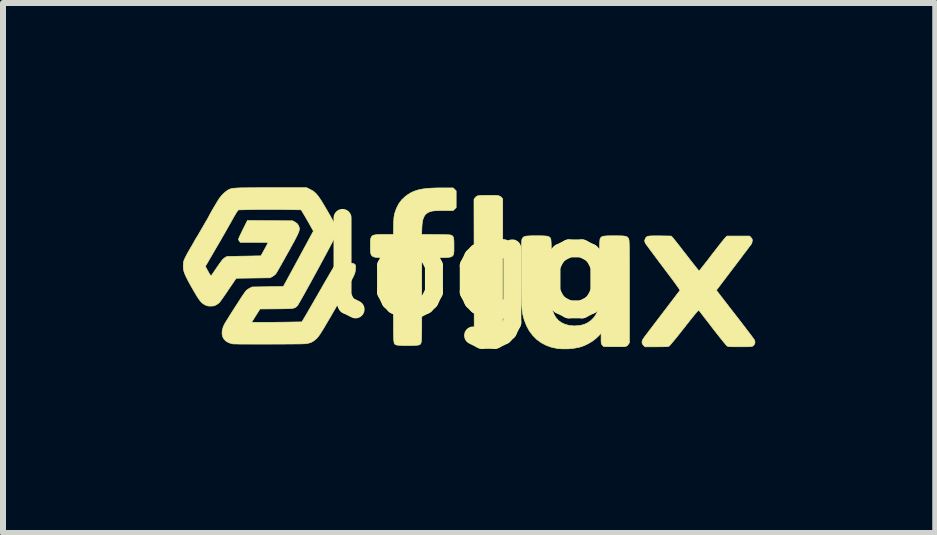
<source format=kicad_pcb>
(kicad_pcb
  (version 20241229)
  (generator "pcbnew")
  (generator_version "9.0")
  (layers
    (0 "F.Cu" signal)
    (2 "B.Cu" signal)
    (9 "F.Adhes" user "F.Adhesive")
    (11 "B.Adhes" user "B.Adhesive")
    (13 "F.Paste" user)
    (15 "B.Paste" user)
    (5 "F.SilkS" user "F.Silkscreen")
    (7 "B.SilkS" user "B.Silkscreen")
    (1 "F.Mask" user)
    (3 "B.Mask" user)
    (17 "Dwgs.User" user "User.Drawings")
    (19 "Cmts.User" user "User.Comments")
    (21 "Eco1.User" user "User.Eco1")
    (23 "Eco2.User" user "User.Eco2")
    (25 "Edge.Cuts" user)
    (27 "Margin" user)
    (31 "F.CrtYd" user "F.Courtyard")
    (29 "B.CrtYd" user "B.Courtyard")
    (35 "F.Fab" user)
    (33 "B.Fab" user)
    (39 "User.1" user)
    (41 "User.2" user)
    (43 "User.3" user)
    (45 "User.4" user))
  (footprint "logo"
    (layer "F.Cu")
    (at 4.765 1.418)
    (property "Reference" "logo" (at 0 0 0) (layer "F.SilkS") (effects (font (size 1.524 1.524) (thickness 0.3))))
    (attr through_hole)
    (fp_poly (pts (xy 0.406 -1.211) (xy 0.446 -1.21) (xy 0.477 -1.208) (xy 0.498 -1.205) (xy 0.502 -1.204) (xy 0.525 -1.194) (xy 0.546 -1.177) (xy 0.547 -1.175) (xy 0.566 -1.153) (xy 0.566 0.048) (xy 0.566 0.205) (xy 0.566 0.348) (xy 0.566 0.478) (xy 0.566 0.595) (xy 0.566 0.7) (xy 0.566 0.795) (xy 0.566 0.878) (xy 0.565 0.951) (xy 0.565 1.016) (xy 0.564 1.071) (xy 0.563 1.119) (xy 0.562 1.159) (xy 0.561 1.192) (xy 0.559 1.22) (xy 0.557 1.241) (xy 0.555 1.259) (xy 0.552 1.272) (xy 0.549 1.281) (xy 0.546 1.288) (xy 0.542 1.293) (xy 0.538 1.296) (xy 0.534 1.298) (xy 0.529 1.3) (xy 0.524 1.302) (xy 0.523 1.303) (xy 0.513 1.306) (xy 0.499 1.309) (xy 0.479 1.311) (xy 0.451 1.312) (xy 0.414 1.313) (xy 0.364 1.313) (xy 0.329 1.313) (xy 0.279 1.313) (xy 0.234 1.312) (xy 0.196 1.311) (xy 0.166 1.309) (xy 0.147 1.308) (xy 0.142 1.307) (xy 0.127 1.297) (xy 0.11 1.283) (xy 0.109 1.281) (xy 0.091 1.262) (xy 0.089 0.059) (xy 0.087 -1.144) (xy 0.104 -1.169) (xy 0.122 -1.189) (xy 0.145 -1.202) (xy 0.145 -1.202) (xy 0.161 -1.205) (xy 0.189 -1.208) (xy 0.226 -1.21) (xy 0.269 -1.211) (xy 0.315 -1.211) (xy 0.362 -1.211) (xy 0.406 -1.211)) (stroke (width 0.01) (type solid)) (fill yes) (layer "F.SilkS"))
    (fp_poly (pts (xy -0.235 -1.311) (xy -0.21 -1.286) (xy -0.21 -1.007) (xy -0.235 -0.983) (xy -0.26 -0.958) (xy -0.412 -0.958) (xy -0.476 -0.958) (xy -0.528 -0.956) (xy -0.57 -0.954) (xy -0.603 -0.95) (xy -0.631 -0.944) (xy -0.654 -0.936) (xy -0.675 -0.927) (xy -0.707 -0.906) (xy -0.734 -0.878) (xy -0.753 -0.842) (xy -0.768 -0.797) (xy -0.777 -0.741) (xy -0.782 -0.672) (xy -0.782 -0.666) (xy -0.786 -0.56) (xy -0.543 -0.557) (xy -0.477 -0.557) (xy -0.423 -0.556) (xy -0.381 -0.555) (xy -0.349 -0.554) (xy -0.325 -0.553) (xy -0.308 -0.551) (xy -0.296 -0.548) (xy -0.288 -0.545) (xy -0.282 -0.542) (xy -0.27 -0.533) (xy -0.261 -0.522) (xy -0.255 -0.506) (xy -0.251 -0.485) (xy -0.248 -0.455) (xy -0.247 -0.416) (xy -0.247 -0.366) (xy -0.247 -0.319) (xy -0.247 -0.28) (xy -0.25 -0.249) (xy -0.255 -0.225) (xy -0.265 -0.207) (xy -0.281 -0.193) (xy -0.304 -0.184) (xy -0.335 -0.178) (xy -0.376 -0.175) (xy -0.428 -0.174) (xy -0.492 -0.174) (xy -0.551 -0.174) (xy -0.784 -0.174) (xy -0.784 0.527) (xy -0.784 0.646) (xy -0.784 0.751) (xy -0.784 0.844) (xy -0.784 0.925) (xy -0.784 0.994) (xy -0.785 1.054) (xy -0.786 1.104) (xy -0.787 1.145) (xy -0.788 1.179) (xy -0.79 1.206) (xy -0.792 1.227) (xy -0.795 1.243) (xy -0.798 1.255) (xy -0.802 1.263) (xy -0.807 1.269) (xy -0.812 1.273) (xy -0.818 1.276) (xy -0.825 1.28) (xy -0.827 1.281) (xy -0.842 1.285) (xy -0.869 1.288) (xy -0.905 1.29) (xy -0.947 1.292) (xy -0.994 1.292) (xy -1.042 1.292) (xy -1.089 1.292) (xy -1.132 1.29) (xy -1.168 1.288) (xy -1.196 1.285) (xy -1.212 1.281) (xy -1.213 1.281) (xy -1.22 1.277) (xy -1.226 1.274) (xy -1.231 1.271) (xy -1.236 1.266) (xy -1.24 1.259) (xy -1.244 1.249) (xy -1.246 1.235) (xy -1.249 1.216) (xy -1.251 1.192) (xy -1.252 1.162) (xy -1.253 1.124) (xy -1.254 1.078) (xy -1.255 1.023) (xy -1.255 0.958) (xy -1.255 0.882) (xy -1.256 0.795) (xy -1.256 0.695) (xy -1.255 0.582) (xy -1.255 0.53) (xy -1.255 -0.174) (xy -1.41 -0.174) (xy -1.474 -0.174) (xy -1.524 -0.176) (xy -1.564 -0.18) (xy -1.593 -0.189) (xy -1.613 -0.202) (xy -1.627 -0.222) (xy -1.635 -0.249) (xy -1.639 -0.286) (xy -1.64 -0.332) (xy -1.64 -0.37) (xy -1.64 -0.422) (xy -1.638 -0.464) (xy -1.633 -0.496) (xy -1.623 -0.52) (xy -1.608 -0.537) (xy -1.584 -0.548) (xy -1.552 -0.554) (xy -1.51 -0.558) (xy -1.455 -0.559) (xy -1.409 -0.559) (xy -1.257 -0.559) (xy -1.254 -0.706) (xy -1.252 -0.761) (xy -1.25 -0.804) (xy -1.248 -0.838) (xy -1.244 -0.866) (xy -1.239 -0.891) (xy -1.235 -0.911) (xy -1.205 -0.996) (xy -1.166 -1.072) (xy -1.117 -1.137) (xy -1.058 -1.193) (xy -1.015 -1.224) (xy -0.969 -1.252) (xy -0.922 -1.275) (xy -0.872 -1.293) (xy -0.818 -1.308) (xy -0.757 -1.319) (xy -0.689 -1.327) (xy -0.611 -1.332) (xy -0.521 -1.335) (xy -0.455 -1.335) (xy -0.26 -1.335) (xy -0.235 -1.311)) (stroke (width 0.01) (type solid)) (fill yes) (layer "F.SilkS"))
    (fp_poly (pts (xy 1.189 -0.537) (xy 1.238 -0.536) (xy 1.275 -0.534) (xy 1.303 -0.531) (xy 1.324 -0.526) (xy 1.339 -0.52) (xy 1.35 -0.511) (xy 1.36 -0.5) (xy 1.362 -0.496) (xy 1.364 -0.492) (xy 1.367 -0.486) (xy 1.368 -0.478) (xy 1.37 -0.466) (xy 1.371 -0.45) (xy 1.373 -0.429) (xy 1.374 -0.401) (xy 1.375 -0.367) (xy 1.375 -0.323) (xy 1.376 -0.271) (xy 1.377 -0.208) (xy 1.377 -0.134) (xy 1.378 -0.048) (xy 1.379 0.051) (xy 1.379 0.094) (xy 1.383 0.664) (xy 1.402 0.722) (xy 1.424 0.778) (xy 1.45 0.823) (xy 1.483 0.862) (xy 1.498 0.877) (xy 1.548 0.913) (xy 1.608 0.94) (xy 1.677 0.958) (xy 1.753 0.965) (xy 1.767 0.965) (xy 1.847 0.959) (xy 1.918 0.943) (xy 1.981 0.914) (xy 2.038 0.874) (xy 2.052 0.861) (xy 2.092 0.818) (xy 2.122 0.772) (xy 2.147 0.72) (xy 2.156 0.693) (xy 2.173 0.642) (xy 2.177 0.083) (xy 2.178 -0.02) (xy 2.178 -0.111) (xy 2.179 -0.188) (xy 2.18 -0.254) (xy 2.18 -0.309) (xy 2.181 -0.355) (xy 2.182 -0.392) (xy 2.183 -0.422) (xy 2.184 -0.445) (xy 2.186 -0.462) (xy 2.187 -0.475) (xy 2.189 -0.484) (xy 2.191 -0.491) (xy 2.193 -0.495) (xy 2.194 -0.496) (xy 2.203 -0.508) (xy 2.213 -0.518) (xy 2.227 -0.525) (xy 2.246 -0.53) (xy 2.272 -0.533) (xy 2.306 -0.536) (xy 2.351 -0.537) (xy 2.408 -0.537) (xy 2.429 -0.537) (xy 2.49 -0.537) (xy 2.539 -0.536) (xy 2.577 -0.534) (xy 2.605 -0.53) (xy 2.626 -0.525) (xy 2.641 -0.518) (xy 2.652 -0.508) (xy 2.661 -0.495) (xy 2.665 -0.486) (xy 2.667 -0.482) (xy 2.669 -0.476) (xy 2.67 -0.468) (xy 2.672 -0.456) (xy 2.673 -0.441) (xy 2.674 -0.422) (xy 2.675 -0.396) (xy 2.676 -0.365) (xy 2.676 -0.327) (xy 2.677 -0.281) (xy 2.677 -0.226) (xy 2.677 -0.162) (xy 2.678 -0.088) (xy 2.678 -0.003) (xy 2.678 0.094) (xy 2.678 0.203) (xy 2.678 0.326) (xy 2.678 0.393) (xy 2.678 1.246) (xy 2.661 1.271) (xy 2.652 1.283) (xy 2.643 1.293) (xy 2.632 1.301) (xy 2.617 1.306) (xy 2.597 1.31) (xy 2.569 1.312) (xy 2.532 1.312) (xy 2.484 1.312) (xy 2.429 1.312) (xy 2.249 1.31) (xy 2.227 1.286) (xy 2.218 1.276) (xy 2.213 1.266) (xy 2.209 1.254) (xy 2.207 1.236) (xy 2.206 1.21) (xy 2.206 1.174) (xy 2.206 1.085) (xy 2.173 1.123) (xy 2.123 1.172) (xy 2.062 1.219) (xy 1.994 1.26) (xy 1.924 1.294) (xy 1.854 1.318) (xy 1.847 1.32) (xy 1.755 1.338) (xy 1.657 1.348) (xy 1.558 1.348) (xy 1.48 1.342) (xy 1.383 1.322) (xy 1.292 1.29) (xy 1.209 1.246) (xy 1.133 1.191) (xy 1.067 1.124) (xy 1.009 1.048) (xy 0.962 0.961) (xy 0.925 0.865) (xy 0.911 0.817) (xy 0.905 0.793) (xy 0.9 0.769) (xy 0.895 0.743) (xy 0.892 0.716) (xy 0.888 0.684) (xy 0.886 0.649) (xy 0.884 0.608) (xy 0.882 0.56) (xy 0.881 0.505) (xy 0.88 0.44) (xy 0.879 0.366) (xy 0.878 0.28) (xy 0.878 0.182) (xy 0.878 0.071) (xy 0.878 0.062) (xy 0.878 -0.038) (xy 0.878 -0.125) (xy 0.878 -0.2) (xy 0.879 -0.263) (xy 0.879 -0.315) (xy 0.879 -0.359) (xy 0.88 -0.393) (xy 0.881 -0.421) (xy 0.882 -0.442) (xy 0.883 -0.458) (xy 0.885 -0.47) (xy 0.887 -0.478) (xy 0.889 -0.485) (xy 0.891 -0.49) (xy 0.893 -0.492) (xy 0.902 -0.505) (xy 0.912 -0.516) (xy 0.926 -0.523) (xy 0.944 -0.529) (xy 0.969 -0.533) (xy 1.002 -0.535) (xy 1.046 -0.537) (xy 1.101 -0.537) (xy 1.128 -0.537) (xy 1.189 -0.537)) (stroke (width 0.01) (type solid)) (fill yes) (layer "F.SilkS"))
    (fp_poly (pts (xy 3.189 -0.536) (xy 3.373 -0.533) (xy 3.393 -0.515) (xy 3.401 -0.506) (xy 3.417 -0.486) (xy 3.44 -0.458) (xy 3.469 -0.421) (xy 3.503 -0.378) (xy 3.541 -0.329) (xy 3.582 -0.276) (xy 3.624 -0.223) (xy 3.666 -0.168) (xy 3.706 -0.117) (xy 3.742 -0.071) (xy 3.774 -0.03) (xy 3.801 0.003) (xy 3.821 0.028) (xy 3.835 0.044) (xy 3.84 0.049) (xy 3.84 0.049) (xy 3.846 0.043) (xy 3.859 0.027) (xy 3.879 0.001) (xy 3.906 -0.032) (xy 3.937 -0.073) (xy 3.974 -0.119) (xy 4.013 -0.17) (xy 4.049 -0.218) (xy 4.092 -0.273) (xy 4.133 -0.325) (xy 4.17 -0.373) (xy 4.204 -0.416) (xy 4.233 -0.453) (xy 4.256 -0.481) (xy 4.272 -0.5) (xy 4.279 -0.508) (xy 4.304 -0.533) (xy 4.681 -0.533) (xy 4.704 -0.51) (xy 4.72 -0.491) (xy 4.726 -0.474) (xy 4.727 -0.454) (xy 4.72 -0.417) (xy 4.71 -0.398) (xy 4.702 -0.388) (xy 4.687 -0.368) (xy 4.665 -0.338) (xy 4.636 -0.299) (xy 4.601 -0.254) (xy 4.562 -0.202) (xy 4.519 -0.144) (xy 4.472 -0.083) (xy 4.423 -0.018) (xy 4.41 -0.001) (xy 4.128 0.371) (xy 4.168 0.423) (xy 4.18 0.438) (xy 4.199 0.464) (xy 4.226 0.498) (xy 4.259 0.541) (xy 4.297 0.59) (xy 4.339 0.645) (xy 4.385 0.704) (xy 4.433 0.766) (xy 4.481 0.827) (xy 4.53 0.89) (xy 4.576 0.951) (xy 4.619 1.007) (xy 4.658 1.059) (xy 4.693 1.104) (xy 4.721 1.142) (xy 4.743 1.172) (xy 4.758 1.193) (xy 4.765 1.204) (xy 4.765 1.204) (xy 4.772 1.234) (xy 4.767 1.264) (xy 4.749 1.29) (xy 4.737 1.299) (xy 4.729 1.304) (xy 4.719 1.307) (xy 4.707 1.309) (xy 4.689 1.311) (xy 4.665 1.312) (xy 4.632 1.313) (xy 4.588 1.313) (xy 4.532 1.313) (xy 4.521 1.313) (xy 4.463 1.313) (xy 4.417 1.313) (xy 4.382 1.312) (xy 4.356 1.311) (xy 4.337 1.31) (xy 4.324 1.307) (xy 4.315 1.304) (xy 4.307 1.3) (xy 4.307 1.3) (xy 4.298 1.292) (xy 4.281 1.273) (xy 4.258 1.245) (xy 4.228 1.209) (xy 4.194 1.166) (xy 4.155 1.117) (xy 4.113 1.064) (xy 4.069 1.007) (xy 4.064 1.001) (xy 4.021 0.944) (xy 3.98 0.891) (xy 3.942 0.842) (xy 3.909 0.799) (xy 3.881 0.763) (xy 3.859 0.734) (xy 3.843 0.715) (xy 3.836 0.706) (xy 3.836 0.705) (xy 3.832 0.705) (xy 3.825 0.71) (xy 3.814 0.72) (xy 3.799 0.737) (xy 3.778 0.761) (xy 3.752 0.794) (xy 3.719 0.834) (xy 3.679 0.884) (xy 3.631 0.945) (xy 3.593 0.994) (xy 3.541 1.059) (xy 3.494 1.119) (xy 3.452 1.171) (xy 3.415 1.216) (xy 3.384 1.253) (xy 3.361 1.28) (xy 3.345 1.297) (xy 3.338 1.303) (xy 3.329 1.306) (xy 3.315 1.309) (xy 3.295 1.311) (xy 3.267 1.312) (xy 3.23 1.313) (xy 3.181 1.313) (xy 3.127 1.314) (xy 2.938 1.314) (xy 2.913 1.289) (xy 2.897 1.27) (xy 2.89 1.251) (xy 2.888 1.235) (xy 2.89 1.221) (xy 2.894 1.206) (xy 2.903 1.189) (xy 2.919 1.165) (xy 2.941 1.134) (xy 2.952 1.12) (xy 2.971 1.095) (xy 2.996 1.062) (xy 3.027 1.021) (xy 3.063 0.974) (xy 3.102 0.922) (xy 3.145 0.866) (xy 3.189 0.808) (xy 3.234 0.749) (xy 3.279 0.69) (xy 3.323 0.632) (xy 3.365 0.577) (xy 3.404 0.526) (xy 3.439 0.48) (xy 3.469 0.44) (xy 3.494 0.408) (xy 3.511 0.386) (xy 3.521 0.373) (xy 3.521 0.373) (xy 3.518 0.365) (xy 3.506 0.346) (xy 3.485 0.316) (xy 3.456 0.275) (xy 3.418 0.222) (xy 3.371 0.159) (xy 3.315 0.085) (xy 3.251 -0.000272) (xy 3.243 -0.012) (xy 3.193 -0.077) (xy 3.146 -0.14) (xy 3.102 -0.199) (xy 3.062 -0.253) (xy 3.026 -0.301) (xy 2.996 -0.342) (xy 2.972 -0.374) (xy 2.955 -0.398) (xy 2.946 -0.411) (xy 2.945 -0.413) (xy 2.934 -0.44) (xy 2.933 -0.462) (xy 2.943 -0.488) (xy 2.943 -0.49) (xy 2.951 -0.504) (xy 2.959 -0.514) (xy 2.971 -0.523) (xy 2.987 -0.529) (xy 3.01 -0.533) (xy 3.041 -0.535) (xy 3.082 -0.536) (xy 3.134 -0.536) (xy 3.189 -0.536)) (stroke (width 0.01) (type solid)) (fill yes) (layer "F.SilkS"))
    (fp_poly (pts (xy -2.646 -1.311) (xy -2.621 -1.298) (xy -2.599 -1.285) (xy -2.578 -1.269) (xy -2.557 -1.251) (xy -2.536 -1.229) (xy -2.514 -1.202) (xy -2.49 -1.169) (xy -2.463 -1.129) (xy -2.433 -1.08) (xy -2.399 -1.023) (xy -2.359 -0.955) (xy -2.314 -0.877) (xy -2.292 -0.838) (xy -2.21 -0.693) (xy -2.21 -0.631) (xy -2.212 -0.583) (xy -2.22 -0.544) (xy -2.223 -0.533) (xy -2.23 -0.519) (xy -2.243 -0.493) (xy -2.261 -0.457) (xy -2.285 -0.412) (xy -2.313 -0.359) (xy -2.344 -0.3) (xy -2.379 -0.235) (xy -2.416 -0.166) (xy -2.455 -0.094) (xy -2.495 -0.019) (xy -2.536 0.056) (xy -2.578 0.132) (xy -2.618 0.206) (xy -2.657 0.277) (xy -2.695 0.345) (xy -2.73 0.409) (xy -2.762 0.466) (xy -2.791 0.517) (xy -2.815 0.559) (xy -2.834 0.592) (xy -2.848 0.615) (xy -2.855 0.627) (xy -2.856 0.628) (xy -2.869 0.64) (xy -2.88 0.65) (xy -2.893 0.658) (xy -2.907 0.665) (xy -2.925 0.67) (xy -2.948 0.674) (xy -2.977 0.676) (xy -3.015 0.678) (xy -3.062 0.679) (xy -3.121 0.68) (xy -3.192 0.681) (xy -3.208 0.681) (xy -3.48 0.683) (xy -3.55 0.793) (xy -3.62 0.904) (xy -3.507 0.906) (xy -3.474 0.906) (xy -3.429 0.906) (xy -3.374 0.906) (xy -3.311 0.906) (xy -3.244 0.905) (xy -3.173 0.904) (xy -3.103 0.903) (xy -3.087 0.903) (xy -2.782 0.898) (xy -2.721 0.796) (xy -2.706 0.77) (xy -2.684 0.733) (xy -2.658 0.687) (xy -2.626 0.632) (xy -2.591 0.572) (xy -2.554 0.507) (xy -2.514 0.438) (xy -2.474 0.368) (xy -2.452 0.33) (xy -2.414 0.263) (xy -2.377 0.199) (xy -2.342 0.14) (xy -2.311 0.086) (xy -2.283 0.039) (xy -2.26 0.001) (xy -2.242 -0.029) (xy -2.23 -0.048) (xy -2.226 -0.054) (xy -2.207 -0.076) (xy -2.067 -0.078) (xy -2.018 -0.079) (xy -1.982 -0.079) (xy -1.956 -0.079) (xy -1.938 -0.078) (xy -1.925 -0.075) (xy -1.916 -0.072) (xy -1.908 -0.067) (xy -1.906 -0.064) (xy -1.895 -0.056) (xy -1.89 -0.047) (xy -1.887 -0.035) (xy -1.887 -0.015) (xy -1.889 0.01) (xy -1.89 0.026) (xy -1.891 0.04) (xy -1.893 0.054) (xy -1.895 0.067) (xy -1.899 0.082) (xy -1.905 0.098) (xy -1.913 0.117) (xy -1.923 0.14) (xy -1.937 0.168) (xy -1.955 0.201) (xy -1.976 0.24) (xy -2.002 0.287) (xy -2.034 0.341) (xy -2.07 0.405) (xy -2.113 0.479) (xy -2.162 0.564) (xy -2.213 0.653) (xy -2.266 0.745) (xy -2.312 0.825) (xy -2.353 0.894) (xy -2.388 0.953) (xy -2.417 1.003) (xy -2.443 1.044) (xy -2.465 1.079) (xy -2.483 1.107) (xy -2.499 1.13) (xy -2.513 1.148) (xy -2.525 1.163) (xy -2.536 1.175) (xy -2.541 1.179) (xy -2.583 1.214) (xy -2.624 1.238) (xy -2.669 1.253) (xy -2.722 1.262) (xy -2.734 1.263) (xy -2.75 1.264) (xy -2.78 1.265) (xy -2.821 1.266) (xy -2.871 1.266) (xy -2.931 1.267) (xy -2.997 1.267) (xy -3.07 1.268) (xy -3.147 1.268) (xy -3.227 1.268) (xy -3.308 1.269) (xy -3.391 1.269) (xy -3.472 1.269) (xy -3.551 1.269) (xy -3.626 1.269) (xy -3.696 1.268) (xy -3.76 1.268) (xy -3.816 1.268) (xy -3.862 1.267) (xy -3.898 1.266) (xy -3.923 1.266) (xy -3.933 1.265) (xy -3.992 1.249) (xy -4.04 1.225) (xy -4.076 1.192) (xy -4.1 1.152) (xy -4.112 1.105) (xy -4.112 1.053) (xy -4.098 0.995) (xy -4.081 0.953) (xy -4.073 0.937) (xy -4.057 0.91) (xy -4.036 0.875) (xy -4.01 0.834) (xy -3.981 0.787) (xy -3.949 0.736) (xy -3.915 0.683) (xy -3.881 0.63) (xy -3.847 0.578) (xy -3.815 0.528) (xy -3.786 0.483) (xy -3.76 0.444) (xy -3.738 0.413) (xy -3.722 0.39) (xy -3.713 0.379) (xy -3.694 0.362) (xy -3.667 0.345) (xy -3.65 0.335) (xy -3.61 0.316) (xy -3.35 0.312) (xy -3.091 0.308) (xy -2.84 -0.154) (xy -2.59 -0.616) (xy -2.642 -0.709) (xy -2.666 -0.752) (xy -2.694 -0.8) (xy -2.721 -0.847) (xy -2.744 -0.886) (xy -2.795 -0.97) (xy -3.097 -0.975) (xy -3.174 -0.976) (xy -3.256 -0.976) (xy -3.339 -0.976) (xy -3.422 -0.976) (xy -3.499 -0.976) (xy -3.569 -0.975) (xy -3.62 -0.974) (xy -3.84 -0.969) (xy -3.856 -0.95) (xy -3.865 -0.938) (xy -3.879 -0.915) (xy -3.897 -0.885) (xy -3.918 -0.85) (xy -3.933 -0.823) (xy -3.989 -0.723) (xy -4.044 -0.626) (xy -4.095 -0.537) (xy -4.142 -0.455) (xy -4.183 -0.385) (xy -4.184 -0.384) (xy -4.207 -0.344) (xy -4.23 -0.305) (xy -4.251 -0.268) (xy -4.268 -0.239) (xy -4.273 -0.231) (xy -4.289 -0.202) (xy -4.311 -0.166) (xy -4.333 -0.127) (xy -4.347 -0.103) (xy -4.391 -0.028) (xy -4.358 0.035) (xy -4.336 0.075) (xy -4.319 0.103) (xy -4.307 0.12) (xy -4.298 0.127) (xy -4.291 0.126) (xy -4.289 0.123) (xy -4.283 0.114) (xy -4.27 0.095) (xy -4.252 0.068) (xy -4.229 0.035) (xy -4.203 -0.003) (xy -4.193 -0.018) (xy -4.162 -0.063) (xy -4.137 -0.098) (xy -4.117 -0.124) (xy -4.101 -0.143) (xy -4.087 -0.156) (xy -4.074 -0.167) (xy -4.068 -0.17) (xy -4.033 -0.192) (xy -3.796 -0.197) (xy -3.736 -0.198) (xy -3.679 -0.199) (xy -3.627 -0.2) (xy -3.581 -0.201) (xy -3.545 -0.202) (xy -3.52 -0.202) (xy -3.512 -0.202) (xy -3.465 -0.203) (xy -3.405 -0.311) (xy -3.386 -0.347) (xy -3.369 -0.378) (xy -3.356 -0.403) (xy -3.348 -0.419) (xy -3.346 -0.424) (xy -3.353 -0.425) (xy -3.372 -0.426) (xy -3.403 -0.427) (xy -3.443 -0.427) (xy -3.491 -0.428) (xy -3.545 -0.428) (xy -3.577 -0.428) (xy -3.809 -0.428) (xy -3.824 -0.447) (xy -3.835 -0.465) (xy -3.839 -0.48) (xy -3.839 -0.48) (xy -3.836 -0.49) (xy -3.827 -0.511) (xy -3.814 -0.541) (xy -3.796 -0.578) (xy -3.776 -0.62) (xy -3.765 -0.642) (xy -3.69 -0.792) (xy -3.313 -0.789) (xy -2.936 -0.787) (xy -2.897 -0.766) (xy -2.861 -0.74) (xy -2.838 -0.708) (xy -2.827 -0.677) (xy -2.825 -0.663) (xy -2.824 -0.649) (xy -2.826 -0.634) (xy -2.83 -0.616) (xy -2.838 -0.594) (xy -2.85 -0.567) (xy -2.865 -0.534) (xy -2.886 -0.494) (xy -2.911 -0.445) (xy -2.943 -0.388) (xy -2.98 -0.319) (xy -3.018 -0.252) (xy -3.054 -0.188) (xy -3.087 -0.128) (xy -3.119 -0.072) (xy -3.148 -0.021) (xy -3.172 0.022) (xy -3.192 0.056) (xy -3.207 0.081) (xy -3.215 0.094) (xy -3.216 0.096) (xy -3.233 0.113) (xy -3.257 0.131) (xy -3.274 0.142) (xy -3.313 0.163) (xy -3.595 0.167) (xy -3.877 0.171) (xy -4.009 0.364) (xy -4.041 0.412) (xy -4.072 0.457) (xy -4.1 0.497) (xy -4.123 0.53) (xy -4.142 0.556) (xy -4.154 0.572) (xy -4.157 0.575) (xy -4.173 0.589) (xy -4.195 0.605) (xy -4.211 0.614) (xy -4.234 0.626) (xy -4.255 0.632) (xy -4.28 0.634) (xy -4.303 0.635) (xy -4.336 0.634) (xy -4.361 0.629) (xy -4.384 0.621) (xy -4.397 0.614) (xy -4.419 0.602) (xy -4.439 0.588) (xy -4.458 0.57) (xy -4.478 0.548) (xy -4.499 0.52) (xy -4.523 0.485) (xy -4.55 0.44) (xy -4.582 0.386) (xy -4.611 0.335) (xy -4.65 0.267) (xy -4.681 0.209) (xy -4.706 0.16) (xy -4.726 0.118) (xy -4.74 0.083) (xy -4.75 0.051) (xy -4.756 0.022) (xy -4.759 -0.006) (xy -4.76 -0.036) (xy -4.759 -0.047) (xy -4.757 -0.081) (xy -4.754 -0.106) (xy -4.747 -0.129) (xy -4.735 -0.156) (xy -4.726 -0.175) (xy -4.708 -0.211) (xy -4.686 -0.252) (xy -4.664 -0.29) (xy -4.66 -0.298) (xy -4.633 -0.344) (xy -4.612 -0.379) (xy -4.597 -0.406) (xy -4.586 -0.425) (xy -4.578 -0.439) (xy -4.572 -0.45) (xy -4.568 -0.459) (xy -4.566 -0.461) (xy -4.554 -0.483) (xy -4.543 -0.501) (xy -4.535 -0.513) (xy -4.521 -0.535) (xy -4.503 -0.566) (xy -4.482 -0.602) (xy -4.459 -0.642) (xy -4.434 -0.684) (xy -4.41 -0.726) (xy -4.387 -0.766) (xy -4.366 -0.801) (xy -4.349 -0.831) (xy -4.337 -0.853) (xy -4.331 -0.864) (xy -4.331 -0.865) (xy -4.324 -0.88) (xy -4.31 -0.904) (xy -4.292 -0.937) (xy -4.271 -0.974) (xy -4.247 -1.015) (xy -4.223 -1.055) (xy -4.2 -1.094) (xy -4.179 -1.128) (xy -4.161 -1.156) (xy -4.149 -1.174) (xy -4.147 -1.176) (xy -4.115 -1.214) (xy -4.08 -1.249) (xy -4.044 -1.279) (xy -4.012 -1.301) (xy -4.004 -1.306) (xy -3.992 -1.311) (xy -3.98 -1.316) (xy -3.967 -1.321) (xy -3.952 -1.324) (xy -3.934 -1.328) (xy -3.912 -1.33) (xy -3.886 -1.332) (xy -3.853 -1.334) (xy -3.814 -1.336) (xy -3.767 -1.337) (xy -3.711 -1.337) (xy -3.646 -1.338) (xy -3.569 -1.338) (xy -3.481 -1.339) (xy -3.38 -1.339) (xy -3.294 -1.339) (xy -2.703 -1.339) (xy -2.646 -1.311)) (stroke (width 0.01) (type solid)) (fill yes) (layer "F.SilkS")))
  (gr_rect
    (start -3 -3)
    (end 12.542 5.836)
    (stroke (width 0.1) (type default))
    (fill no)
    (layer "Edge.Cuts")))
</source>
